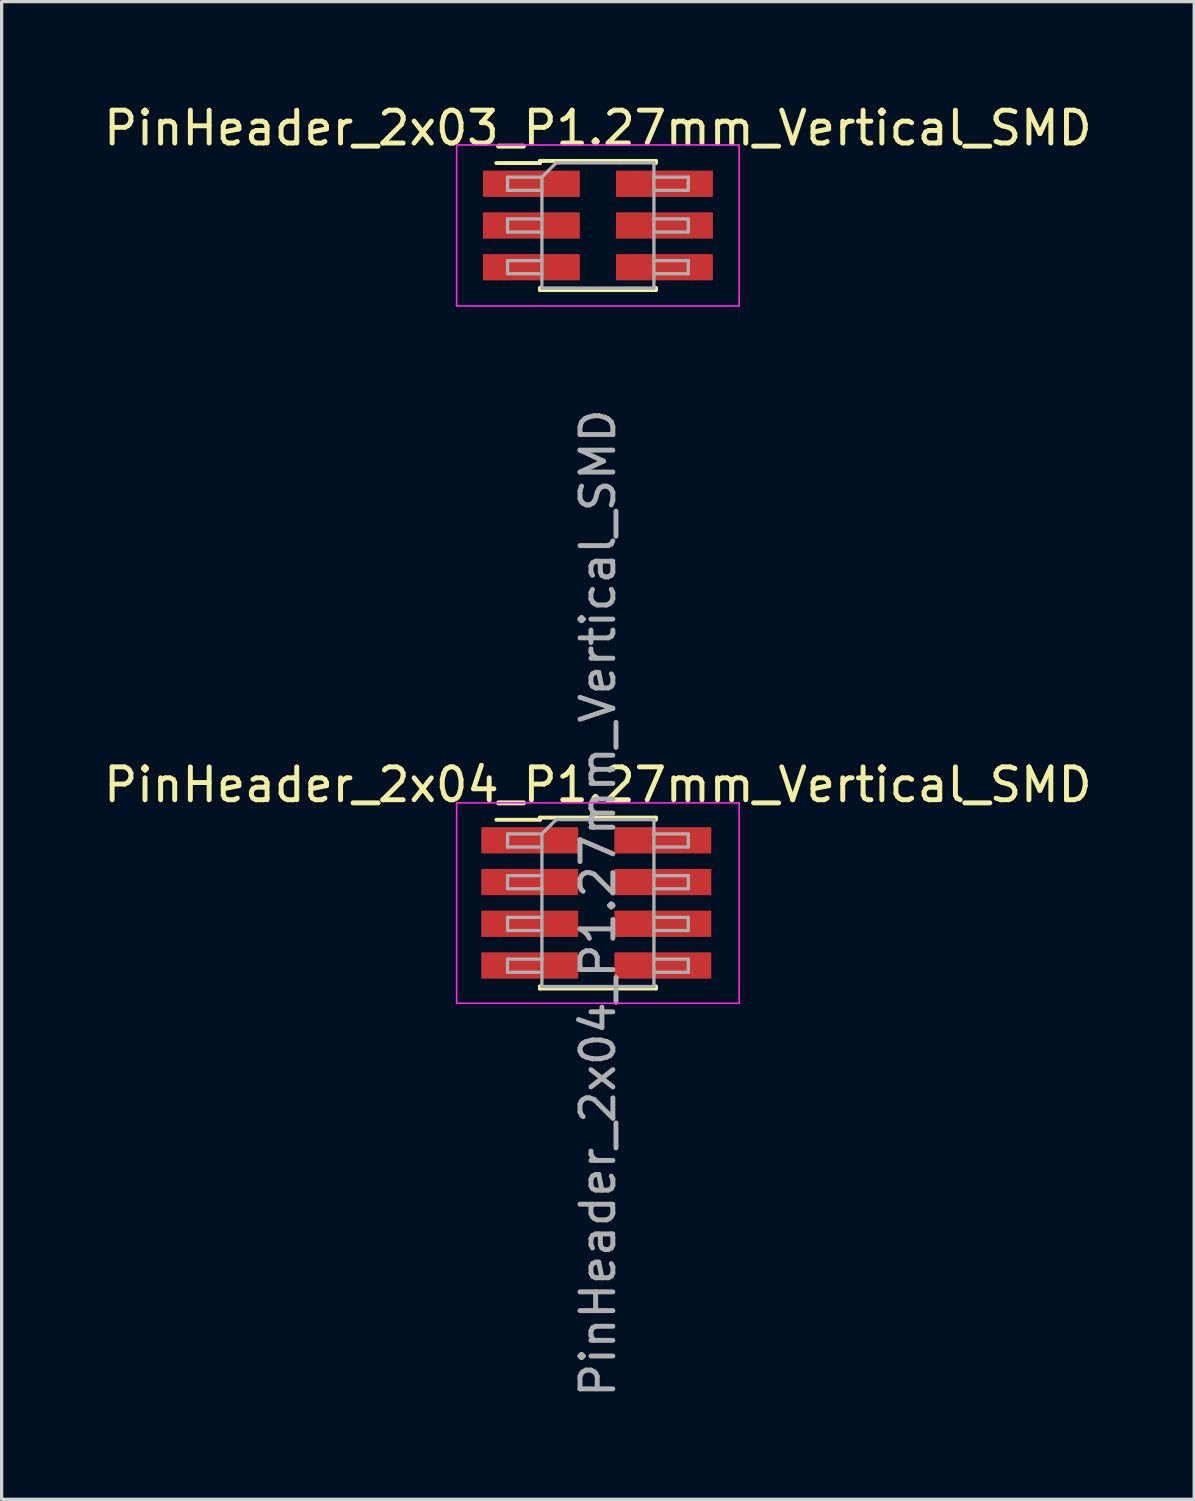
<source format=kicad_pcb>
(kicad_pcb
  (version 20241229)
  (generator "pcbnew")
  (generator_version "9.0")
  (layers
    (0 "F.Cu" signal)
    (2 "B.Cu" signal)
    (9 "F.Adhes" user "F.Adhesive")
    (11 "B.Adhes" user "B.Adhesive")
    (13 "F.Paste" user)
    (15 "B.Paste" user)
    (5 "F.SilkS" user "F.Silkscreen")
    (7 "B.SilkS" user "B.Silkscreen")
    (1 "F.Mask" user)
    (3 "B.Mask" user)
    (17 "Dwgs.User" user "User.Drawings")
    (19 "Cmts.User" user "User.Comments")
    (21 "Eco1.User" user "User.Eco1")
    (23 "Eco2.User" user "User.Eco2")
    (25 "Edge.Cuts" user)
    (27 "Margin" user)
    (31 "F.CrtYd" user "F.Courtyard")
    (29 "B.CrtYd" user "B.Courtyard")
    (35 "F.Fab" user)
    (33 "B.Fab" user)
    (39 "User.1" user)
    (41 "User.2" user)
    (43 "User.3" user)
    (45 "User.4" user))
  (footprint "PinHeader_2x03_P1.27mm_Vertical_SMD"
    (layer "F.Cu")
    (at 15.149 3.813)
    (property "Reference" "PinHeader_2x03_P1.27mm_Vertical_SMD" (at 0 -2.965 180) (layer "F.SilkS") (effects (font (size 1 1) (thickness 0.15))))
    (attr smd)
    (fp_line (start -3.09 -1.9) (end -1.765 -1.9) (stroke (width 0.12) (type solid)) (layer "F.SilkS"))
    (fp_line (start -1.765 -1.965) (end -1.765 -1.9) (stroke (width 0.12) (type solid)) (layer "F.SilkS"))
    (fp_line (start -1.765 -1.965) (end 1.765 -1.965) (stroke (width 0.12) (type solid)) (layer "F.SilkS"))
    (fp_line (start -1.765 1.9) (end -1.765 1.965) (stroke (width 0.12) (type solid)) (layer "F.SilkS"))
    (fp_line (start -1.765 1.965) (end 1.765 1.965) (stroke (width 0.12) (type solid)) (layer "F.SilkS"))
    (fp_line (start 1.765 -1.965) (end 1.765 -1.9) (stroke (width 0.12) (type solid)) (layer "F.SilkS"))
    (fp_line (start 1.765 1.9) (end 1.765 1.965) (stroke (width 0.12) (type solid)) (layer "F.SilkS"))
    (fp_line (start -4.3 -2.45) (end -4.3 2.45) (stroke (width 0.05) (type solid)) (layer "F.CrtYd"))
    (fp_line (start -4.3 2.45) (end 4.3 2.45) (stroke (width 0.05) (type solid)) (layer "F.CrtYd"))
    (fp_line (start 4.3 -2.45) (end -4.3 -2.45) (stroke (width 0.05) (type solid)) (layer "F.CrtYd"))
    (fp_line (start 4.3 2.45) (end 4.3 -2.45) (stroke (width 0.05) (type solid)) (layer "F.CrtYd"))
    (fp_line (start -2.75 -1.47) (end -2.75 -1.07) (stroke (width 0.1) (type solid)) (layer "F.Fab"))
    (fp_line (start -2.75 -1.07) (end -1.705 -1.07) (stroke (width 0.1) (type solid)) (layer "F.Fab"))
    (fp_line (start -2.75 -0.2) (end -2.75 0.2) (stroke (width 0.1) (type solid)) (layer "F.Fab"))
    (fp_line (start -2.75 0.2) (end -1.705 0.2) (stroke (width 0.1) (type solid)) (layer "F.Fab"))
    (fp_line (start -2.75 1.07) (end -2.75 1.47) (stroke (width 0.1) (type solid)) (layer "F.Fab"))
    (fp_line (start -2.75 1.47) (end -1.705 1.47) (stroke (width 0.1) (type solid)) (layer "F.Fab"))
    (fp_line (start -1.705 -1.47) (end -2.75 -1.47) (stroke (width 0.1) (type solid)) (layer "F.Fab"))
    (fp_line (start -1.705 -1.47) (end -1.27 -1.905) (stroke (width 0.1) (type solid)) (layer "F.Fab"))
    (fp_line (start -1.705 -0.2) (end -2.75 -0.2) (stroke (width 0.1) (type solid)) (layer "F.Fab"))
    (fp_line (start -1.705 1.07) (end -2.75 1.07) (stroke (width 0.1) (type solid)) (layer "F.Fab"))
    (fp_line (start -1.705 1.905) (end -1.705 -1.47) (stroke (width 0.1) (type solid)) (layer "F.Fab"))
    (fp_line (start -1.27 -1.905) (end 1.705 -1.905) (stroke (width 0.1) (type solid)) (layer "F.Fab"))
    (fp_line (start 1.705 -1.905) (end 1.705 1.905) (stroke (width 0.1) (type solid)) (layer "F.Fab"))
    (fp_line (start 1.705 -1.47) (end 2.75 -1.47) (stroke (width 0.1) (type solid)) (layer "F.Fab"))
    (fp_line (start 1.705 -0.2) (end 2.75 -0.2) (stroke (width 0.1) (type solid)) (layer "F.Fab"))
    (fp_line (start 1.705 1.07) (end 2.75 1.07) (stroke (width 0.1) (type solid)) (layer "F.Fab"))
    (fp_line (start 1.705 1.905) (end -1.705 1.905) (stroke (width 0.1) (type solid)) (layer "F.Fab"))
    (fp_line (start 2.75 -1.47) (end 2.75 -1.07) (stroke (width 0.1) (type solid)) (layer "F.Fab"))
    (fp_line (start 2.75 -1.07) (end 1.705 -1.07) (stroke (width 0.1) (type solid)) (layer "F.Fab"))
    (fp_line (start 2.75 -0.2) (end 2.75 0.2) (stroke (width 0.1) (type solid)) (layer "F.Fab"))
    (fp_line (start 2.75 0.2) (end 1.705 0.2) (stroke (width 0.1) (type solid)) (layer "F.Fab"))
    (fp_line (start 2.75 1.07) (end 2.75 1.47) (stroke (width 0.1) (type solid)) (layer "F.Fab"))
    (fp_line (start 2.75 1.47) (end 1.705 1.47) (stroke (width 0.1) (type solid)) (layer "F.Fab"))
    (pad "1" smd rect (at -2.025 -1.27) (size 2.95 0.8) (layers "F.Cu" "F.Mask" "F.Paste"))
    (pad "2" smd rect (at 2.025 -1.27) (size 2.95 0.8) (layers "F.Cu" "F.Mask" "F.Paste"))
    (pad "3" smd rect (at -2.025 0) (size 2.95 0.8) (layers "F.Cu" "F.Mask" "F.Paste"))
    (pad "4" smd rect (at 2.025 0) (size 2.95 0.8) (layers "F.Cu" "F.Mask" "F.Paste"))
    (pad "5" smd rect (at -2.025 1.27) (size 2.95 0.8) (layers "F.Cu" "F.Mask" "F.Paste"))
    (pad "6" smd rect (at 2.025 1.27) (size 2.95 0.8) (layers "F.Cu" "F.Mask" "F.Paste")))
  (footprint "PinHeader_2x04_P1.27mm_Vertical_SMD"
    (layer "F.Cu")
    (at 15.149 24.437)
    (property "Reference" "PinHeader_2x04_P1.27mm_Vertical_SMD" (at 0 -3.6 0) (layer "F.SilkS") (effects (font (size 1 1) (thickness 0.15))))
    (attr smd)
    (fp_line (start -3.09 -2.535) (end -1.765 -2.535) (stroke (width 0.12) (type solid)) (layer "F.SilkS"))
    (fp_line (start -1.765 -2.6) (end -1.765 -2.535) (stroke (width 0.12) (type solid)) (layer "F.SilkS"))
    (fp_line (start -1.765 -2.6) (end 1.765 -2.6) (stroke (width 0.12) (type solid)) (layer "F.SilkS"))
    (fp_line (start -1.765 2.535) (end -1.765 2.6) (stroke (width 0.12) (type solid)) (layer "F.SilkS"))
    (fp_line (start -1.765 2.6) (end 1.765 2.6) (stroke (width 0.12) (type solid)) (layer "F.SilkS"))
    (fp_line (start 1.765 -2.6) (end 1.765 -2.535) (stroke (width 0.12) (type solid)) (layer "F.SilkS"))
    (fp_line (start 1.765 2.535) (end 1.765 2.6) (stroke (width 0.12) (type solid)) (layer "F.SilkS"))
    (fp_line (start -4.3 -3.05) (end -4.3 3.05) (stroke (width 0.05) (type solid)) (layer "F.CrtYd"))
    (fp_line (start -4.3 3.05) (end 4.3 3.05) (stroke (width 0.05) (type solid)) (layer "F.CrtYd"))
    (fp_line (start 4.3 -3.05) (end -4.3 -3.05) (stroke (width 0.05) (type solid)) (layer "F.CrtYd"))
    (fp_line (start 4.3 3.05) (end 4.3 -3.05) (stroke (width 0.05) (type solid)) (layer "F.CrtYd"))
    (fp_line (start -2.75 -2.105) (end -2.75 -1.705) (stroke (width 0.1) (type solid)) (layer "F.Fab"))
    (fp_line (start -2.75 -1.705) (end -1.705 -1.705) (stroke (width 0.1) (type solid)) (layer "F.Fab"))
    (fp_line (start -2.75 -0.835) (end -2.75 -0.435) (stroke (width 0.1) (type solid)) (layer "F.Fab"))
    (fp_line (start -2.75 -0.435) (end -1.705 -0.435) (stroke (width 0.1) (type solid)) (layer "F.Fab"))
    (fp_line (start -2.75 0.435) (end -2.75 0.835) (stroke (width 0.1) (type solid)) (layer "F.Fab"))
    (fp_line (start -2.75 0.835) (end -1.705 0.835) (stroke (width 0.1) (type solid)) (layer "F.Fab"))
    (fp_line (start -2.75 1.705) (end -2.75 2.105) (stroke (width 0.1) (type solid)) (layer "F.Fab"))
    (fp_line (start -2.75 2.105) (end -1.705 2.105) (stroke (width 0.1) (type solid)) (layer "F.Fab"))
    (fp_line (start -1.705 -2.105) (end -2.75 -2.105) (stroke (width 0.1) (type solid)) (layer "F.Fab"))
    (fp_line (start -1.705 -2.105) (end -1.27 -2.54) (stroke (width 0.1) (type solid)) (layer "F.Fab"))
    (fp_line (start -1.705 -0.835) (end -2.75 -0.835) (stroke (width 0.1) (type solid)) (layer "F.Fab"))
    (fp_line (start -1.705 0.435) (end -2.75 0.435) (stroke (width 0.1) (type solid)) (layer "F.Fab"))
    (fp_line (start -1.705 1.705) (end -2.75 1.705) (stroke (width 0.1) (type solid)) (layer "F.Fab"))
    (fp_line (start -1.705 2.54) (end -1.705 -2.105) (stroke (width 0.1) (type solid)) (layer "F.Fab"))
    (fp_line (start -1.27 -2.54) (end 1.705 -2.54) (stroke (width 0.1) (type solid)) (layer "F.Fab"))
    (fp_line (start 1.705 -2.54) (end 1.705 2.54) (stroke (width 0.1) (type solid)) (layer "F.Fab"))
    (fp_line (start 1.705 -2.105) (end 2.75 -2.105) (stroke (width 0.1) (type solid)) (layer "F.Fab"))
    (fp_line (start 1.705 -0.835) (end 2.75 -0.835) (stroke (width 0.1) (type solid)) (layer "F.Fab"))
    (fp_line (start 1.705 0.435) (end 2.75 0.435) (stroke (width 0.1) (type solid)) (layer "F.Fab"))
    (fp_line (start 1.705 1.705) (end 2.75 1.705) (stroke (width 0.1) (type solid)) (layer "F.Fab"))
    (fp_line (start 1.705 2.54) (end -1.705 2.54) (stroke (width 0.1) (type solid)) (layer "F.Fab"))
    (fp_line (start 2.75 -2.105) (end 2.75 -1.705) (stroke (width 0.1) (type solid)) (layer "F.Fab"))
    (fp_line (start 2.75 -1.705) (end 1.705 -1.705) (stroke (width 0.1) (type solid)) (layer "F.Fab"))
    (fp_line (start 2.75 -0.835) (end 2.75 -0.435) (stroke (width 0.1) (type solid)) (layer "F.Fab"))
    (fp_line (start 2.75 -0.435) (end 1.705 -0.435) (stroke (width 0.1) (type solid)) (layer "F.Fab"))
    (fp_line (start 2.75 0.435) (end 2.75 0.835) (stroke (width 0.1) (type solid)) (layer "F.Fab"))
    (fp_line (start 2.75 0.835) (end 1.705 0.835) (stroke (width 0.1) (type solid)) (layer "F.Fab"))
    (fp_line (start 2.75 1.705) (end 2.75 2.105) (stroke (width 0.1) (type solid)) (layer "F.Fab"))
    (fp_line (start 2.75 2.105) (end 1.705 2.105) (stroke (width 0.1) (type solid)) (layer "F.Fab"))
    (fp_text user "${REFERENCE}" (at 0 0 90) (layer "F.Fab") (effects (font (size 1 1) (thickness 0.15))))
    (pad "1" smd rect (at -2.075 -1.91) (size 2.95 0.8) (layers "F.Cu" "F.Mask" "F.Paste"))
    (pad "2" smd rect (at 1.975 -1.91) (size 2.95 0.8) (layers "F.Cu" "F.Mask" "F.Paste"))
    (pad "3" smd rect (at -2.075 -0.64) (size 2.95 0.8) (layers "F.Cu" "F.Mask" "F.Paste"))
    (pad "4" smd rect (at 1.975 -0.64) (size 2.95 0.8) (layers "F.Cu" "F.Mask" "F.Paste"))
    (pad "5" smd rect (at -2.075 0.63) (size 2.95 0.8) (layers "F.Cu" "F.Mask" "F.Paste"))
    (pad "6" smd rect (at 1.975 0.63) (size 2.95 0.8) (layers "F.Cu" "F.Mask" "F.Paste"))
    (pad "7" smd rect (at -2.075 1.9) (size 2.95 0.8) (layers "F.Cu" "F.Mask" "F.Paste"))
    (pad "8" smd rect (at 1.975 1.9) (size 2.95 0.8) (layers "F.Cu" "F.Mask" "F.Paste")))
  (gr_rect
    (start -3 -3)
    (end 33.298 42.586)
    (stroke (width 0.1) (type default))
    (fill no)
    (layer "Edge.Cuts")))
</source>
